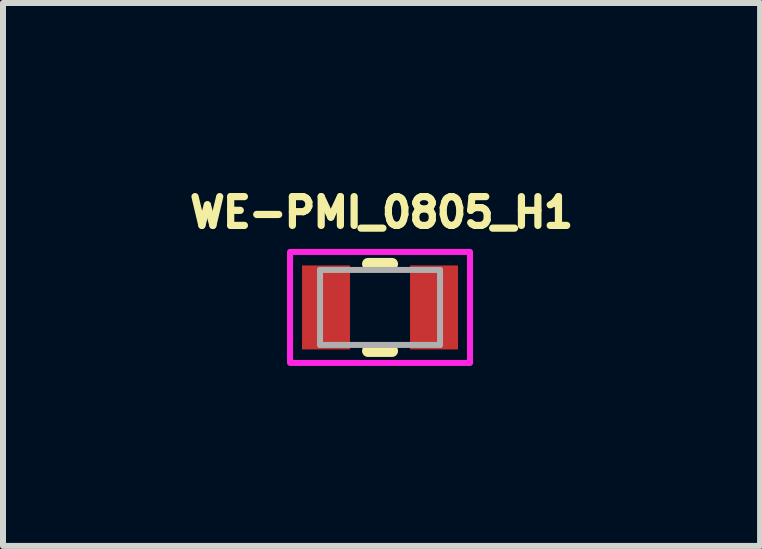
<source format=kicad_pcb>
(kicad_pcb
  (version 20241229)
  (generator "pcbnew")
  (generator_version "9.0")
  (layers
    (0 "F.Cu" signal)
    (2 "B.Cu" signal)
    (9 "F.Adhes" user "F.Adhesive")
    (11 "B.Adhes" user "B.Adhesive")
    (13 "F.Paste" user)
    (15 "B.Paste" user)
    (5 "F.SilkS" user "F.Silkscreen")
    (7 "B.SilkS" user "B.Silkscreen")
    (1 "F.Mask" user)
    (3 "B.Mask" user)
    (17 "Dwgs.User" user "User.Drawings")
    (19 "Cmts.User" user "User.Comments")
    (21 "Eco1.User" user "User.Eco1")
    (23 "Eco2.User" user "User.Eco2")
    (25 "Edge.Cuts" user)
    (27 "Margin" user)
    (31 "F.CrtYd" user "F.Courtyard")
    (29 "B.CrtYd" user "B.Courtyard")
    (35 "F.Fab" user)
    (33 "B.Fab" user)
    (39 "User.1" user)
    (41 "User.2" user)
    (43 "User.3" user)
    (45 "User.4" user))
  (footprint "WE-PMI_0805_H1"
    (layer "F.Cu")
    (at 3.284 2.074)
    (property "Reference" "WE-PMI_0805_H1" (at 0.025 -1.583 0) (layer "F.SilkS") (effects (font (size 0.48 0.48) (thickness 0.12))))
    (attr smd)
    (fp_line (start -0.2 -0.725) (end 0.2 -0.725) (stroke (width 0.2) (type solid)) (layer "F.SilkS"))
    (fp_line (start -0.2 0.725) (end 0.2 0.725) (stroke (width 0.2) (type solid)) (layer "F.SilkS"))
    (fp_poly (pts (xy -1.5 -0.925) (xy 1.5 -0.925) (xy 1.5 0.925) (xy -1.5 0.925)) (stroke (width 0.1) (type solid)) (fill no) (layer "F.CrtYd"))
    (fp_line (start -1 -0.625) (end -1 0.625) (stroke (width 0.1) (type solid)) (layer "F.Fab"))
    (fp_line (start -1 0.625) (end 1 0.625) (stroke (width 0.1) (type solid)) (layer "F.Fab"))
    (fp_line (start 1 -0.625) (end -1 -0.625) (stroke (width 0.1) (type solid)) (layer "F.Fab"))
    (fp_line (start 1 0.625) (end 1 -0.625) (stroke (width 0.1) (type solid)) (layer "F.Fab"))
    (pad "1" smd rect (at -0.9 0) (size 0.8 1.4) (layers "F.Cu" "F.Mask" "F.Paste"))
    (pad "2" smd rect (at 0.9 0) (size 0.8 1.4) (layers "F.Cu" "F.Mask" "F.Paste")))
  (gr_rect
    (start -3 -3)
    (end 9.618 6.049)
    (stroke (width 0.1) (type default))
    (fill no)
    (layer "Edge.Cuts")))
</source>
